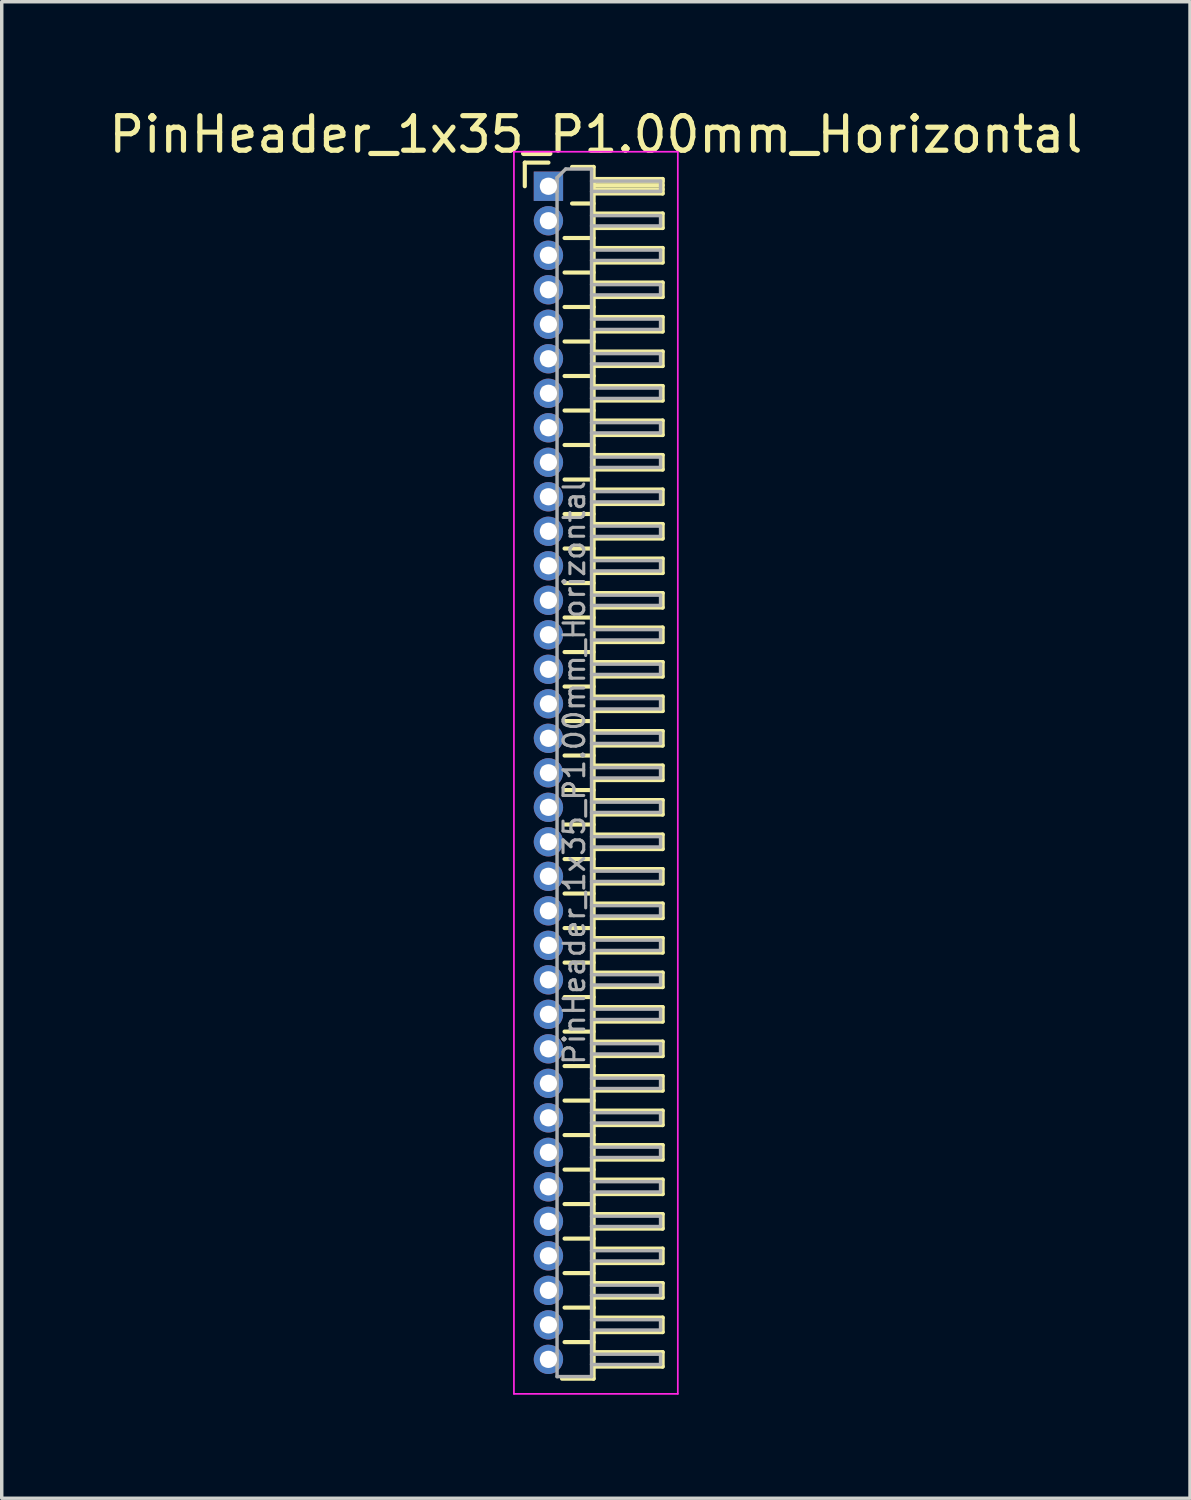
<source format=kicad_pcb>
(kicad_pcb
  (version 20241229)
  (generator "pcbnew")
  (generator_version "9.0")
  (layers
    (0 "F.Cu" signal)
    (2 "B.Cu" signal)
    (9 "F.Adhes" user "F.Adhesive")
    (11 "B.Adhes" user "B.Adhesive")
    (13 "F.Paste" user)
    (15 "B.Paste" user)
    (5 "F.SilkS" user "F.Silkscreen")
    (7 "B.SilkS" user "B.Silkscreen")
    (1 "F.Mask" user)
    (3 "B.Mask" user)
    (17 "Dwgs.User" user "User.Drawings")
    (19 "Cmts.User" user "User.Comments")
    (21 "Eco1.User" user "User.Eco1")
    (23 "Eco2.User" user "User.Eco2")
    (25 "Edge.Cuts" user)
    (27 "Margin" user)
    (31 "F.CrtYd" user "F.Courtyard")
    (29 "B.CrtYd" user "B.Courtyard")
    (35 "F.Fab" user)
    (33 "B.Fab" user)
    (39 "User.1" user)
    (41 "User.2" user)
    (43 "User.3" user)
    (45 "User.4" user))
  (footprint "PinHeader_1x35_P1.00mm_Horizontal"
    (layer "F.Cu")
    (at 12.845 2.348)
    (property "Reference" "PinHeader_1x35_P1.00mm_Horizontal" (at 1.375 -1.5 0) (layer "F.SilkS") (effects (font (size 1 1) (thickness 0.15))))
    (attr through_hole)
    (fp_line (start -0.685 -0.685) (end 0 -0.685) (stroke (width 0.12) (type solid)) (layer "F.SilkS"))
    (fp_line (start -0.685 0) (end -0.685 -0.685) (stroke (width 0.12) (type solid)) (layer "F.SilkS"))
    (fp_line (start 0.468 1.5) (end 1.31 1.5) (stroke (width 0.12) (type solid)) (layer "F.SilkS"))
    (fp_line (start 0.468 2.5) (end 1.31 2.5) (stroke (width 0.12) (type solid)) (layer "F.SilkS"))
    (fp_line (start 0.468 3.5) (end 1.31 3.5) (stroke (width 0.12) (type solid)) (layer "F.SilkS"))
    (fp_line (start 0.468 4.5) (end 1.31 4.5) (stroke (width 0.12) (type solid)) (layer "F.SilkS"))
    (fp_line (start 0.468 5.5) (end 1.31 5.5) (stroke (width 0.12) (type solid)) (layer "F.SilkS"))
    (fp_line (start 0.468 6.5) (end 1.31 6.5) (stroke (width 0.12) (type solid)) (layer "F.SilkS"))
    (fp_line (start 0.468 7.5) (end 1.31 7.5) (stroke (width 0.12) (type solid)) (layer "F.SilkS"))
    (fp_line (start 0.468 8.5) (end 1.31 8.5) (stroke (width 0.12) (type solid)) (layer "F.SilkS"))
    (fp_line (start 0.468 9.5) (end 1.31 9.5) (stroke (width 0.12) (type solid)) (layer "F.SilkS"))
    (fp_line (start 0.468 10.5) (end 1.31 10.5) (stroke (width 0.12) (type solid)) (layer "F.SilkS"))
    (fp_line (start 0.468 11.5) (end 1.31 11.5) (stroke (width 0.12) (type solid)) (layer "F.SilkS"))
    (fp_line (start 0.468 12.5) (end 1.31 12.5) (stroke (width 0.12) (type solid)) (layer "F.SilkS"))
    (fp_line (start 0.468 13.5) (end 1.31 13.5) (stroke (width 0.12) (type solid)) (layer "F.SilkS"))
    (fp_line (start 0.468 14.5) (end 1.31 14.5) (stroke (width 0.12) (type solid)) (layer "F.SilkS"))
    (fp_line (start 0.468 15.5) (end 1.31 15.5) (stroke (width 0.12) (type solid)) (layer "F.SilkS"))
    (fp_line (start 0.468 16.5) (end 1.31 16.5) (stroke (width 0.12) (type solid)) (layer "F.SilkS"))
    (fp_line (start 0.468 17.5) (end 1.31 17.5) (stroke (width 0.12) (type solid)) (layer "F.SilkS"))
    (fp_line (start 0.468 18.5) (end 1.31 18.5) (stroke (width 0.12) (type solid)) (layer "F.SilkS"))
    (fp_line (start 0.468 19.5) (end 1.31 19.5) (stroke (width 0.12) (type solid)) (layer "F.SilkS"))
    (fp_line (start 0.468 20.5) (end 1.31 20.5) (stroke (width 0.12) (type solid)) (layer "F.SilkS"))
    (fp_line (start 0.468 21.5) (end 1.31 21.5) (stroke (width 0.12) (type solid)) (layer "F.SilkS"))
    (fp_line (start 0.468 22.5) (end 1.31 22.5) (stroke (width 0.12) (type solid)) (layer "F.SilkS"))
    (fp_line (start 0.468 23.5) (end 1.31 23.5) (stroke (width 0.12) (type solid)) (layer "F.SilkS"))
    (fp_line (start 0.468 24.5) (end 1.31 24.5) (stroke (width 0.12) (type solid)) (layer "F.SilkS"))
    (fp_line (start 0.468 25.5) (end 1.31 25.5) (stroke (width 0.12) (type solid)) (layer "F.SilkS"))
    (fp_line (start 0.468 26.5) (end 1.31 26.5) (stroke (width 0.12) (type solid)) (layer "F.SilkS"))
    (fp_line (start 0.468 27.5) (end 1.31 27.5) (stroke (width 0.12) (type solid)) (layer "F.SilkS"))
    (fp_line (start 0.468 28.5) (end 1.31 28.5) (stroke (width 0.12) (type solid)) (layer "F.SilkS"))
    (fp_line (start 0.468 29.5) (end 1.31 29.5) (stroke (width 0.12) (type solid)) (layer "F.SilkS"))
    (fp_line (start 0.468 30.5) (end 1.31 30.5) (stroke (width 0.12) (type solid)) (layer "F.SilkS"))
    (fp_line (start 0.468 31.5) (end 1.31 31.5) (stroke (width 0.12) (type solid)) (layer "F.SilkS"))
    (fp_line (start 0.468 32.5) (end 1.31 32.5) (stroke (width 0.12) (type solid)) (layer "F.SilkS"))
    (fp_line (start 0.468 33.5) (end 1.31 33.5) (stroke (width 0.12) (type solid)) (layer "F.SilkS"))
    (fp_line (start 0.685 -0.56) (end 1.31 -0.56) (stroke (width 0.12) (type solid)) (layer "F.SilkS"))
    (fp_line (start 0.685 0.5) (end 1.31 0.5) (stroke (width 0.12) (type solid)) (layer "F.SilkS"))
    (fp_line (start 1.31 -0.56) (end 1.31 34.56) (stroke (width 0.12) (type solid)) (layer "F.SilkS"))
    (fp_line (start 1.31 -0.21) (end 3.31 -0.21) (stroke (width 0.12) (type solid)) (layer "F.SilkS"))
    (fp_line (start 1.31 -0.15) (end 3.31 -0.15) (stroke (width 0.12) (type solid)) (layer "F.SilkS"))
    (fp_line (start 1.31 -0.03) (end 3.31 -0.03) (stroke (width 0.12) (type solid)) (layer "F.SilkS"))
    (fp_line (start 1.31 0.09) (end 3.31 0.09) (stroke (width 0.12) (type solid)) (layer "F.SilkS"))
    (fp_line (start 1.31 0.79) (end 3.31 0.79) (stroke (width 0.12) (type solid)) (layer "F.SilkS"))
    (fp_line (start 1.31 1.79) (end 3.31 1.79) (stroke (width 0.12) (type solid)) (layer "F.SilkS"))
    (fp_line (start 1.31 2.79) (end 3.31 2.79) (stroke (width 0.12) (type solid)) (layer "F.SilkS"))
    (fp_line (start 1.31 3.79) (end 3.31 3.79) (stroke (width 0.12) (type solid)) (layer "F.SilkS"))
    (fp_line (start 1.31 4.79) (end 3.31 4.79) (stroke (width 0.12) (type solid)) (layer "F.SilkS"))
    (fp_line (start 1.31 5.79) (end 3.31 5.79) (stroke (width 0.12) (type solid)) (layer "F.SilkS"))
    (fp_line (start 1.31 6.79) (end 3.31 6.79) (stroke (width 0.12) (type solid)) (layer "F.SilkS"))
    (fp_line (start 1.31 7.79) (end 3.31 7.79) (stroke (width 0.12) (type solid)) (layer "F.SilkS"))
    (fp_line (start 1.31 8.79) (end 3.31 8.79) (stroke (width 0.12) (type solid)) (layer "F.SilkS"))
    (fp_line (start 1.31 9.79) (end 3.31 9.79) (stroke (width 0.12) (type solid)) (layer "F.SilkS"))
    (fp_line (start 1.31 10.79) (end 3.31 10.79) (stroke (width 0.12) (type solid)) (layer "F.SilkS"))
    (fp_line (start 1.31 11.79) (end 3.31 11.79) (stroke (width 0.12) (type solid)) (layer "F.SilkS"))
    (fp_line (start 1.31 12.79) (end 3.31 12.79) (stroke (width 0.12) (type solid)) (layer "F.SilkS"))
    (fp_line (start 1.31 13.79) (end 3.31 13.79) (stroke (width 0.12) (type solid)) (layer "F.SilkS"))
    (fp_line (start 1.31 14.79) (end 3.31 14.79) (stroke (width 0.12) (type solid)) (layer "F.SilkS"))
    (fp_line (start 1.31 15.79) (end 3.31 15.79) (stroke (width 0.12) (type solid)) (layer "F.SilkS"))
    (fp_line (start 1.31 16.79) (end 3.31 16.79) (stroke (width 0.12) (type solid)) (layer "F.SilkS"))
    (fp_line (start 1.31 17.79) (end 3.31 17.79) (stroke (width 0.12) (type solid)) (layer "F.SilkS"))
    (fp_line (start 1.31 18.79) (end 3.31 18.79) (stroke (width 0.12) (type solid)) (layer "F.SilkS"))
    (fp_line (start 1.31 19.79) (end 3.31 19.79) (stroke (width 0.12) (type solid)) (layer "F.SilkS"))
    (fp_line (start 1.31 20.79) (end 3.31 20.79) (stroke (width 0.12) (type solid)) (layer "F.SilkS"))
    (fp_line (start 1.31 21.79) (end 3.31 21.79) (stroke (width 0.12) (type solid)) (layer "F.SilkS"))
    (fp_line (start 1.31 22.79) (end 3.31 22.79) (stroke (width 0.12) (type solid)) (layer "F.SilkS"))
    (fp_line (start 1.31 23.79) (end 3.31 23.79) (stroke (width 0.12) (type solid)) (layer "F.SilkS"))
    (fp_line (start 1.31 24.79) (end 3.31 24.79) (stroke (width 0.12) (type solid)) (layer "F.SilkS"))
    (fp_line (start 1.31 25.79) (end 3.31 25.79) (stroke (width 0.12) (type solid)) (layer "F.SilkS"))
    (fp_line (start 1.31 26.79) (end 3.31 26.79) (stroke (width 0.12) (type solid)) (layer "F.SilkS"))
    (fp_line (start 1.31 27.79) (end 3.31 27.79) (stroke (width 0.12) (type solid)) (layer "F.SilkS"))
    (fp_line (start 1.31 28.79) (end 3.31 28.79) (stroke (width 0.12) (type solid)) (layer "F.SilkS"))
    (fp_line (start 1.31 29.79) (end 3.31 29.79) (stroke (width 0.12) (type solid)) (layer "F.SilkS"))
    (fp_line (start 1.31 30.79) (end 3.31 30.79) (stroke (width 0.12) (type solid)) (layer "F.SilkS"))
    (fp_line (start 1.31 31.79) (end 3.31 31.79) (stroke (width 0.12) (type solid)) (layer "F.SilkS"))
    (fp_line (start 1.31 32.79) (end 3.31 32.79) (stroke (width 0.12) (type solid)) (layer "F.SilkS"))
    (fp_line (start 1.31 33.79) (end 3.31 33.79) (stroke (width 0.12) (type solid)) (layer "F.SilkS"))
    (fp_line (start 1.31 34.56) (end 0.394 34.56) (stroke (width 0.12) (type solid)) (layer "F.SilkS"))
    (fp_line (start 3.31 -0.21) (end 3.31 0.21) (stroke (width 0.12) (type solid)) (layer "F.SilkS"))
    (fp_line (start 3.31 0.21) (end 1.31 0.21) (stroke (width 0.12) (type solid)) (layer "F.SilkS"))
    (fp_line (start 3.31 0.79) (end 3.31 1.21) (stroke (width 0.12) (type solid)) (layer "F.SilkS"))
    (fp_line (start 3.31 1.21) (end 1.31 1.21) (stroke (width 0.12) (type solid)) (layer "F.SilkS"))
    (fp_line (start 3.31 1.79) (end 3.31 2.21) (stroke (width 0.12) (type solid)) (layer "F.SilkS"))
    (fp_line (start 3.31 2.21) (end 1.31 2.21) (stroke (width 0.12) (type solid)) (layer "F.SilkS"))
    (fp_line (start 3.31 2.79) (end 3.31 3.21) (stroke (width 0.12) (type solid)) (layer "F.SilkS"))
    (fp_line (start 3.31 3.21) (end 1.31 3.21) (stroke (width 0.12) (type solid)) (layer "F.SilkS"))
    (fp_line (start 3.31 3.79) (end 3.31 4.21) (stroke (width 0.12) (type solid)) (layer "F.SilkS"))
    (fp_line (start 3.31 4.21) (end 1.31 4.21) (stroke (width 0.12) (type solid)) (layer "F.SilkS"))
    (fp_line (start 3.31 4.79) (end 3.31 5.21) (stroke (width 0.12) (type solid)) (layer "F.SilkS"))
    (fp_line (start 3.31 5.21) (end 1.31 5.21) (stroke (width 0.12) (type solid)) (layer "F.SilkS"))
    (fp_line (start 3.31 5.79) (end 3.31 6.21) (stroke (width 0.12) (type solid)) (layer "F.SilkS"))
    (fp_line (start 3.31 6.21) (end 1.31 6.21) (stroke (width 0.12) (type solid)) (layer "F.SilkS"))
    (fp_line (start 3.31 6.79) (end 3.31 7.21) (stroke (width 0.12) (type solid)) (layer "F.SilkS"))
    (fp_line (start 3.31 7.21) (end 1.31 7.21) (stroke (width 0.12) (type solid)) (layer "F.SilkS"))
    (fp_line (start 3.31 7.79) (end 3.31 8.21) (stroke (width 0.12) (type solid)) (layer "F.SilkS"))
    (fp_line (start 3.31 8.21) (end 1.31 8.21) (stroke (width 0.12) (type solid)) (layer "F.SilkS"))
    (fp_line (start 3.31 8.79) (end 3.31 9.21) (stroke (width 0.12) (type solid)) (layer "F.SilkS"))
    (fp_line (start 3.31 9.21) (end 1.31 9.21) (stroke (width 0.12) (type solid)) (layer "F.SilkS"))
    (fp_line (start 3.31 9.79) (end 3.31 10.21) (stroke (width 0.12) (type solid)) (layer "F.SilkS"))
    (fp_line (start 3.31 10.21) (end 1.31 10.21) (stroke (width 0.12) (type solid)) (layer "F.SilkS"))
    (fp_line (start 3.31 10.79) (end 3.31 11.21) (stroke (width 0.12) (type solid)) (layer "F.SilkS"))
    (fp_line (start 3.31 11.21) (end 1.31 11.21) (stroke (width 0.12) (type solid)) (layer "F.SilkS"))
    (fp_line (start 3.31 11.79) (end 3.31 12.21) (stroke (width 0.12) (type solid)) (layer "F.SilkS"))
    (fp_line (start 3.31 12.21) (end 1.31 12.21) (stroke (width 0.12) (type solid)) (layer "F.SilkS"))
    (fp_line (start 3.31 12.79) (end 3.31 13.21) (stroke (width 0.12) (type solid)) (layer "F.SilkS"))
    (fp_line (start 3.31 13.21) (end 1.31 13.21) (stroke (width 0.12) (type solid)) (layer "F.SilkS"))
    (fp_line (start 3.31 13.79) (end 3.31 14.21) (stroke (width 0.12) (type solid)) (layer "F.SilkS"))
    (fp_line (start 3.31 14.21) (end 1.31 14.21) (stroke (width 0.12) (type solid)) (layer "F.SilkS"))
    (fp_line (start 3.31 14.79) (end 3.31 15.21) (stroke (width 0.12) (type solid)) (layer "F.SilkS"))
    (fp_line (start 3.31 15.21) (end 1.31 15.21) (stroke (width 0.12) (type solid)) (layer "F.SilkS"))
    (fp_line (start 3.31 15.79) (end 3.31 16.21) (stroke (width 0.12) (type solid)) (layer "F.SilkS"))
    (fp_line (start 3.31 16.21) (end 1.31 16.21) (stroke (width 0.12) (type solid)) (layer "F.SilkS"))
    (fp_line (start 3.31 16.79) (end 3.31 17.21) (stroke (width 0.12) (type solid)) (layer "F.SilkS"))
    (fp_line (start 3.31 17.21) (end 1.31 17.21) (stroke (width 0.12) (type solid)) (layer "F.SilkS"))
    (fp_line (start 3.31 17.79) (end 3.31 18.21) (stroke (width 0.12) (type solid)) (layer "F.SilkS"))
    (fp_line (start 3.31 18.21) (end 1.31 18.21) (stroke (width 0.12) (type solid)) (layer "F.SilkS"))
    (fp_line (start 3.31 18.79) (end 3.31 19.21) (stroke (width 0.12) (type solid)) (layer "F.SilkS"))
    (fp_line (start 3.31 19.21) (end 1.31 19.21) (stroke (width 0.12) (type solid)) (layer "F.SilkS"))
    (fp_line (start 3.31 19.79) (end 3.31 20.21) (stroke (width 0.12) (type solid)) (layer "F.SilkS"))
    (fp_line (start 3.31 20.21) (end 1.31 20.21) (stroke (width 0.12) (type solid)) (layer "F.SilkS"))
    (fp_line (start 3.31 20.79) (end 3.31 21.21) (stroke (width 0.12) (type solid)) (layer "F.SilkS"))
    (fp_line (start 3.31 21.21) (end 1.31 21.21) (stroke (width 0.12) (type solid)) (layer "F.SilkS"))
    (fp_line (start 3.31 21.79) (end 3.31 22.21) (stroke (width 0.12) (type solid)) (layer "F.SilkS"))
    (fp_line (start 3.31 22.21) (end 1.31 22.21) (stroke (width 0.12) (type solid)) (layer "F.SilkS"))
    (fp_line (start 3.31 22.79) (end 3.31 23.21) (stroke (width 0.12) (type solid)) (layer "F.SilkS"))
    (fp_line (start 3.31 23.21) (end 1.31 23.21) (stroke (width 0.12) (type solid)) (layer "F.SilkS"))
    (fp_line (start 3.31 23.79) (end 3.31 24.21) (stroke (width 0.12) (type solid)) (layer "F.SilkS"))
    (fp_line (start 3.31 24.21) (end 1.31 24.21) (stroke (width 0.12) (type solid)) (layer "F.SilkS"))
    (fp_line (start 3.31 24.79) (end 3.31 25.21) (stroke (width 0.12) (type solid)) (layer "F.SilkS"))
    (fp_line (start 3.31 25.21) (end 1.31 25.21) (stroke (width 0.12) (type solid)) (layer "F.SilkS"))
    (fp_line (start 3.31 25.79) (end 3.31 26.21) (stroke (width 0.12) (type solid)) (layer "F.SilkS"))
    (fp_line (start 3.31 26.21) (end 1.31 26.21) (stroke (width 0.12) (type solid)) (layer "F.SilkS"))
    (fp_line (start 3.31 26.79) (end 3.31 27.21) (stroke (width 0.12) (type solid)) (layer "F.SilkS"))
    (fp_line (start 3.31 27.21) (end 1.31 27.21) (stroke (width 0.12) (type solid)) (layer "F.SilkS"))
    (fp_line (start 3.31 27.79) (end 3.31 28.21) (stroke (width 0.12) (type solid)) (layer "F.SilkS"))
    (fp_line (start 3.31 28.21) (end 1.31 28.21) (stroke (width 0.12) (type solid)) (layer "F.SilkS"))
    (fp_line (start 3.31 28.79) (end 3.31 29.21) (stroke (width 0.12) (type solid)) (layer "F.SilkS"))
    (fp_line (start 3.31 29.21) (end 1.31 29.21) (stroke (width 0.12) (type solid)) (layer "F.SilkS"))
    (fp_line (start 3.31 29.79) (end 3.31 30.21) (stroke (width 0.12) (type solid)) (layer "F.SilkS"))
    (fp_line (start 3.31 30.21) (end 1.31 30.21) (stroke (width 0.12) (type solid)) (layer "F.SilkS"))
    (fp_line (start 3.31 30.79) (end 3.31 31.21) (stroke (width 0.12) (type solid)) (layer "F.SilkS"))
    (fp_line (start 3.31 31.21) (end 1.31 31.21) (stroke (width 0.12) (type solid)) (layer "F.SilkS"))
    (fp_line (start 3.31 31.79) (end 3.31 32.21) (stroke (width 0.12) (type solid)) (layer "F.SilkS"))
    (fp_line (start 3.31 32.21) (end 1.31 32.21) (stroke (width 0.12) (type solid)) (layer "F.SilkS"))
    (fp_line (start 3.31 32.79) (end 3.31 33.21) (stroke (width 0.12) (type solid)) (layer "F.SilkS"))
    (fp_line (start 3.31 33.21) (end 1.31 33.21) (stroke (width 0.12) (type solid)) (layer "F.SilkS"))
    (fp_line (start 3.31 33.79) (end 3.31 34.21) (stroke (width 0.12) (type solid)) (layer "F.SilkS"))
    (fp_line (start 3.31 34.21) (end 1.31 34.21) (stroke (width 0.12) (type solid)) (layer "F.SilkS"))
    (fp_line (start -1 -1) (end -1 35) (stroke (width 0.05) (type solid)) (layer "F.CrtYd"))
    (fp_line (start -1 35) (end 3.75 35) (stroke (width 0.05) (type solid)) (layer "F.CrtYd"))
    (fp_line (start 3.75 -1) (end -1 -1) (stroke (width 0.05) (type solid)) (layer "F.CrtYd"))
    (fp_line (start 3.75 35) (end 3.75 -1) (stroke (width 0.05) (type solid)) (layer "F.CrtYd"))
    (fp_line (start -0.15 -0.15) (end -0.15 0.15) (stroke (width 0.1) (type solid)) (layer "F.Fab"))
    (fp_line (start -0.15 -0.15) (end 0.25 -0.15) (stroke (width 0.1) (type solid)) (layer "F.Fab"))
    (fp_line (start -0.15 0.15) (end 0.25 0.15) (stroke (width 0.1) (type solid)) (layer "F.Fab"))
    (fp_line (start -0.15 0.85) (end -0.15 1.15) (stroke (width 0.1) (type solid)) (layer "F.Fab"))
    (fp_line (start -0.15 0.85) (end 0.25 0.85) (stroke (width 0.1) (type solid)) (layer "F.Fab"))
    (fp_line (start -0.15 1.15) (end 0.25 1.15) (stroke (width 0.1) (type solid)) (layer "F.Fab"))
    (fp_line (start -0.15 1.85) (end -0.15 2.15) (stroke (width 0.1) (type solid)) (layer "F.Fab"))
    (fp_line (start -0.15 1.85) (end 0.25 1.85) (stroke (width 0.1) (type solid)) (layer "F.Fab"))
    (fp_line (start -0.15 2.15) (end 0.25 2.15) (stroke (width 0.1) (type solid)) (layer "F.Fab"))
    (fp_line (start -0.15 2.85) (end -0.15 3.15) (stroke (width 0.1) (type solid)) (layer "F.Fab"))
    (fp_line (start -0.15 2.85) (end 0.25 2.85) (stroke (width 0.1) (type solid)) (layer "F.Fab"))
    (fp_line (start -0.15 3.15) (end 0.25 3.15) (stroke (width 0.1) (type solid)) (layer "F.Fab"))
    (fp_line (start -0.15 3.85) (end -0.15 4.15) (stroke (width 0.1) (type solid)) (layer "F.Fab"))
    (fp_line (start -0.15 3.85) (end 0.25 3.85) (stroke (width 0.1) (type solid)) (layer "F.Fab"))
    (fp_line (start -0.15 4.15) (end 0.25 4.15) (stroke (width 0.1) (type solid)) (layer "F.Fab"))
    (fp_line (start -0.15 4.85) (end -0.15 5.15) (stroke (width 0.1) (type solid)) (layer "F.Fab"))
    (fp_line (start -0.15 4.85) (end 0.25 4.85) (stroke (width 0.1) (type solid)) (layer "F.Fab"))
    (fp_line (start -0.15 5.15) (end 0.25 5.15) (stroke (width 0.1) (type solid)) (layer "F.Fab"))
    (fp_line (start -0.15 5.85) (end -0.15 6.15) (stroke (width 0.1) (type solid)) (layer "F.Fab"))
    (fp_line (start -0.15 5.85) (end 0.25 5.85) (stroke (width 0.1) (type solid)) (layer "F.Fab"))
    (fp_line (start -0.15 6.15) (end 0.25 6.15) (stroke (width 0.1) (type solid)) (layer "F.Fab"))
    (fp_line (start -0.15 6.85) (end -0.15 7.15) (stroke (width 0.1) (type solid)) (layer "F.Fab"))
    (fp_line (start -0.15 6.85) (end 0.25 6.85) (stroke (width 0.1) (type solid)) (layer "F.Fab"))
    (fp_line (start -0.15 7.15) (end 0.25 7.15) (stroke (width 0.1) (type solid)) (layer "F.Fab"))
    (fp_line (start -0.15 7.85) (end -0.15 8.15) (stroke (width 0.1) (type solid)) (layer "F.Fab"))
    (fp_line (start -0.15 7.85) (end 0.25 7.85) (stroke (width 0.1) (type solid)) (layer "F.Fab"))
    (fp_line (start -0.15 8.15) (end 0.25 8.15) (stroke (width 0.1) (type solid)) (layer "F.Fab"))
    (fp_line (start -0.15 8.85) (end -0.15 9.15) (stroke (width 0.1) (type solid)) (layer "F.Fab"))
    (fp_line (start -0.15 8.85) (end 0.25 8.85) (stroke (width 0.1) (type solid)) (layer "F.Fab"))
    (fp_line (start -0.15 9.15) (end 0.25 9.15) (stroke (width 0.1) (type solid)) (layer "F.Fab"))
    (fp_line (start -0.15 9.85) (end -0.15 10.15) (stroke (width 0.1) (type solid)) (layer "F.Fab"))
    (fp_line (start -0.15 9.85) (end 0.25 9.85) (stroke (width 0.1) (type solid)) (layer "F.Fab"))
    (fp_line (start -0.15 10.15) (end 0.25 10.15) (stroke (width 0.1) (type solid)) (layer "F.Fab"))
    (fp_line (start -0.15 10.85) (end -0.15 11.15) (stroke (width 0.1) (type solid)) (layer "F.Fab"))
    (fp_line (start -0.15 10.85) (end 0.25 10.85) (stroke (width 0.1) (type solid)) (layer "F.Fab"))
    (fp_line (start -0.15 11.15) (end 0.25 11.15) (stroke (width 0.1) (type solid)) (layer "F.Fab"))
    (fp_line (start -0.15 11.85) (end -0.15 12.15) (stroke (width 0.1) (type solid)) (layer "F.Fab"))
    (fp_line (start -0.15 11.85) (end 0.25 11.85) (stroke (width 0.1) (type solid)) (layer "F.Fab"))
    (fp_line (start -0.15 12.15) (end 0.25 12.15) (stroke (width 0.1) (type solid)) (layer "F.Fab"))
    (fp_line (start -0.15 12.85) (end -0.15 13.15) (stroke (width 0.1) (type solid)) (layer "F.Fab"))
    (fp_line (start -0.15 12.85) (end 0.25 12.85) (stroke (width 0.1) (type solid)) (layer "F.Fab"))
    (fp_line (start -0.15 13.15) (end 0.25 13.15) (stroke (width 0.1) (type solid)) (layer "F.Fab"))
    (fp_line (start -0.15 13.85) (end -0.15 14.15) (stroke (width 0.1) (type solid)) (layer "F.Fab"))
    (fp_line (start -0.15 13.85) (end 0.25 13.85) (stroke (width 0.1) (type solid)) (layer "F.Fab"))
    (fp_line (start -0.15 14.15) (end 0.25 14.15) (stroke (width 0.1) (type solid)) (layer "F.Fab"))
    (fp_line (start -0.15 14.85) (end -0.15 15.15) (stroke (width 0.1) (type solid)) (layer "F.Fab"))
    (fp_line (start -0.15 14.85) (end 0.25 14.85) (stroke (width 0.1) (type solid)) (layer "F.Fab"))
    (fp_line (start -0.15 15.15) (end 0.25 15.15) (stroke (width 0.1) (type solid)) (layer "F.Fab"))
    (fp_line (start -0.15 15.85) (end -0.15 16.15) (stroke (width 0.1) (type solid)) (layer "F.Fab"))
    (fp_line (start -0.15 15.85) (end 0.25 15.85) (stroke (width 0.1) (type solid)) (layer "F.Fab"))
    (fp_line (start -0.15 16.15) (end 0.25 16.15) (stroke (width 0.1) (type solid)) (layer "F.Fab"))
    (fp_line (start -0.15 16.85) (end -0.15 17.15) (stroke (width 0.1) (type solid)) (layer "F.Fab"))
    (fp_line (start -0.15 16.85) (end 0.25 16.85) (stroke (width 0.1) (type solid)) (layer "F.Fab"))
    (fp_line (start -0.15 17.15) (end 0.25 17.15) (stroke (width 0.1) (type solid)) (layer "F.Fab"))
    (fp_line (start -0.15 17.85) (end -0.15 18.15) (stroke (width 0.1) (type solid)) (layer "F.Fab"))
    (fp_line (start -0.15 17.85) (end 0.25 17.85) (stroke (width 0.1) (type solid)) (layer "F.Fab"))
    (fp_line (start -0.15 18.15) (end 0.25 18.15) (stroke (width 0.1) (type solid)) (layer "F.Fab"))
    (fp_line (start -0.15 18.85) (end -0.15 19.15) (stroke (width 0.1) (type solid)) (layer "F.Fab"))
    (fp_line (start -0.15 18.85) (end 0.25 18.85) (stroke (width 0.1) (type solid)) (layer "F.Fab"))
    (fp_line (start -0.15 19.15) (end 0.25 19.15) (stroke (width 0.1) (type solid)) (layer "F.Fab"))
    (fp_line (start -0.15 19.85) (end -0.15 20.15) (stroke (width 0.1) (type solid)) (layer "F.Fab"))
    (fp_line (start -0.15 19.85) (end 0.25 19.85) (stroke (width 0.1) (type solid)) (layer "F.Fab"))
    (fp_line (start -0.15 20.15) (end 0.25 20.15) (stroke (width 0.1) (type solid)) (layer "F.Fab"))
    (fp_line (start -0.15 20.85) (end -0.15 21.15) (stroke (width 0.1) (type solid)) (layer "F.Fab"))
    (fp_line (start -0.15 20.85) (end 0.25 20.85) (stroke (width 0.1) (type solid)) (layer "F.Fab"))
    (fp_line (start -0.15 21.15) (end 0.25 21.15) (stroke (width 0.1) (type solid)) (layer "F.Fab"))
    (fp_line (start -0.15 21.85) (end -0.15 22.15) (stroke (width 0.1) (type solid)) (layer "F.Fab"))
    (fp_line (start -0.15 21.85) (end 0.25 21.85) (stroke (width 0.1) (type solid)) (layer "F.Fab"))
    (fp_line (start -0.15 22.15) (end 0.25 22.15) (stroke (width 0.1) (type solid)) (layer "F.Fab"))
    (fp_line (start -0.15 22.85) (end -0.15 23.15) (stroke (width 0.1) (type solid)) (layer "F.Fab"))
    (fp_line (start -0.15 22.85) (end 0.25 22.85) (stroke (width 0.1) (type solid)) (layer "F.Fab"))
    (fp_line (start -0.15 23.15) (end 0.25 23.15) (stroke (width 0.1) (type solid)) (layer "F.Fab"))
    (fp_line (start -0.15 23.85) (end -0.15 24.15) (stroke (width 0.1) (type solid)) (layer "F.Fab"))
    (fp_line (start -0.15 23.85) (end 0.25 23.85) (stroke (width 0.1) (type solid)) (layer "F.Fab"))
    (fp_line (start -0.15 24.15) (end 0.25 24.15) (stroke (width 0.1) (type solid)) (layer "F.Fab"))
    (fp_line (start -0.15 24.85) (end -0.15 25.15) (stroke (width 0.1) (type solid)) (layer "F.Fab"))
    (fp_line (start -0.15 24.85) (end 0.25 24.85) (stroke (width 0.1) (type solid)) (layer "F.Fab"))
    (fp_line (start -0.15 25.15) (end 0.25 25.15) (stroke (width 0.1) (type solid)) (layer "F.Fab"))
    (fp_line (start -0.15 25.85) (end -0.15 26.15) (stroke (width 0.1) (type solid)) (layer "F.Fab"))
    (fp_line (start -0.15 25.85) (end 0.25 25.85) (stroke (width 0.1) (type solid)) (layer "F.Fab"))
    (fp_line (start -0.15 26.15) (end 0.25 26.15) (stroke (width 0.1) (type solid)) (layer "F.Fab"))
    (fp_line (start -0.15 26.85) (end -0.15 27.15) (stroke (width 0.1) (type solid)) (layer "F.Fab"))
    (fp_line (start -0.15 26.85) (end 0.25 26.85) (stroke (width 0.1) (type solid)) (layer "F.Fab"))
    (fp_line (start -0.15 27.15) (end 0.25 27.15) (stroke (width 0.1) (type solid)) (layer "F.Fab"))
    (fp_line (start -0.15 27.85) (end -0.15 28.15) (stroke (width 0.1) (type solid)) (layer "F.Fab"))
    (fp_line (start -0.15 27.85) (end 0.25 27.85) (stroke (width 0.1) (type solid)) (layer "F.Fab"))
    (fp_line (start -0.15 28.15) (end 0.25 28.15) (stroke (width 0.1) (type solid)) (layer "F.Fab"))
    (fp_line (start -0.15 28.85) (end -0.15 29.15) (stroke (width 0.1) (type solid)) (layer "F.Fab"))
    (fp_line (start -0.15 28.85) (end 0.25 28.85) (stroke (width 0.1) (type solid)) (layer "F.Fab"))
    (fp_line (start -0.15 29.15) (end 0.25 29.15) (stroke (width 0.1) (type solid)) (layer "F.Fab"))
    (fp_line (start -0.15 29.85) (end -0.15 30.15) (stroke (width 0.1) (type solid)) (layer "F.Fab"))
    (fp_line (start -0.15 29.85) (end 0.25 29.85) (stroke (width 0.1) (type solid)) (layer "F.Fab"))
    (fp_line (start -0.15 30.15) (end 0.25 30.15) (stroke (width 0.1) (type solid)) (layer "F.Fab"))
    (fp_line (start -0.15 30.85) (end -0.15 31.15) (stroke (width 0.1) (type solid)) (layer "F.Fab"))
    (fp_line (start -0.15 30.85) (end 0.25 30.85) (stroke (width 0.1) (type solid)) (layer "F.Fab"))
    (fp_line (start -0.15 31.15) (end 0.25 31.15) (stroke (width 0.1) (type solid)) (layer "F.Fab"))
    (fp_line (start -0.15 31.85) (end -0.15 32.15) (stroke (width 0.1) (type solid)) (layer "F.Fab"))
    (fp_line (start -0.15 31.85) (end 0.25 31.85) (stroke (width 0.1) (type solid)) (layer "F.Fab"))
    (fp_line (start -0.15 32.15) (end 0.25 32.15) (stroke (width 0.1) (type solid)) (layer "F.Fab"))
    (fp_line (start -0.15 32.85) (end -0.15 33.15) (stroke (width 0.1) (type solid)) (layer "F.Fab"))
    (fp_line (start -0.15 32.85) (end 0.25 32.85) (stroke (width 0.1) (type solid)) (layer "F.Fab"))
    (fp_line (start -0.15 33.15) (end 0.25 33.15) (stroke (width 0.1) (type solid)) (layer "F.Fab"))
    (fp_line (start -0.15 33.85) (end -0.15 34.15) (stroke (width 0.1) (type solid)) (layer "F.Fab"))
    (fp_line (start -0.15 33.85) (end 0.25 33.85) (stroke (width 0.1) (type solid)) (layer "F.Fab"))
    (fp_line (start -0.15 34.15) (end 0.25 34.15) (stroke (width 0.1) (type solid)) (layer "F.Fab"))
    (fp_line (start 0.25 -0.25) (end 0.5 -0.5) (stroke (width 0.1) (type solid)) (layer "F.Fab"))
    (fp_line (start 0.25 34.5) (end 0.25 -0.25) (stroke (width 0.1) (type solid)) (layer "F.Fab"))
    (fp_line (start 0.5 -0.5) (end 1.25 -0.5) (stroke (width 0.1) (type solid)) (layer "F.Fab"))
    (fp_line (start 1.25 -0.5) (end 1.25 34.5) (stroke (width 0.1) (type solid)) (layer "F.Fab"))
    (fp_line (start 1.25 -0.15) (end 3.25 -0.15) (stroke (width 0.1) (type solid)) (layer "F.Fab"))
    (fp_line (start 1.25 0.15) (end 3.25 0.15) (stroke (width 0.1) (type solid)) (layer "F.Fab"))
    (fp_line (start 1.25 0.85) (end 3.25 0.85) (stroke (width 0.1) (type solid)) (layer "F.Fab"))
    (fp_line (start 1.25 1.15) (end 3.25 1.15) (stroke (width 0.1) (type solid)) (layer "F.Fab"))
    (fp_line (start 1.25 1.85) (end 3.25 1.85) (stroke (width 0.1) (type solid)) (layer "F.Fab"))
    (fp_line (start 1.25 2.15) (end 3.25 2.15) (stroke (width 0.1) (type solid)) (layer "F.Fab"))
    (fp_line (start 1.25 2.85) (end 3.25 2.85) (stroke (width 0.1) (type solid)) (layer "F.Fab"))
    (fp_line (start 1.25 3.15) (end 3.25 3.15) (stroke (width 0.1) (type solid)) (layer "F.Fab"))
    (fp_line (start 1.25 3.85) (end 3.25 3.85) (stroke (width 0.1) (type solid)) (layer "F.Fab"))
    (fp_line (start 1.25 4.15) (end 3.25 4.15) (stroke (width 0.1) (type solid)) (layer "F.Fab"))
    (fp_line (start 1.25 4.85) (end 3.25 4.85) (stroke (width 0.1) (type solid)) (layer "F.Fab"))
    (fp_line (start 1.25 5.15) (end 3.25 5.15) (stroke (width 0.1) (type solid)) (layer "F.Fab"))
    (fp_line (start 1.25 5.85) (end 3.25 5.85) (stroke (width 0.1) (type solid)) (layer "F.Fab"))
    (fp_line (start 1.25 6.15) (end 3.25 6.15) (stroke (width 0.1) (type solid)) (layer "F.Fab"))
    (fp_line (start 1.25 6.85) (end 3.25 6.85) (stroke (width 0.1) (type solid)) (layer "F.Fab"))
    (fp_line (start 1.25 7.15) (end 3.25 7.15) (stroke (width 0.1) (type solid)) (layer "F.Fab"))
    (fp_line (start 1.25 7.85) (end 3.25 7.85) (stroke (width 0.1) (type solid)) (layer "F.Fab"))
    (fp_line (start 1.25 8.15) (end 3.25 8.15) (stroke (width 0.1) (type solid)) (layer "F.Fab"))
    (fp_line (start 1.25 8.85) (end 3.25 8.85) (stroke (width 0.1) (type solid)) (layer "F.Fab"))
    (fp_line (start 1.25 9.15) (end 3.25 9.15) (stroke (width 0.1) (type solid)) (layer "F.Fab"))
    (fp_line (start 1.25 9.85) (end 3.25 9.85) (stroke (width 0.1) (type solid)) (layer "F.Fab"))
    (fp_line (start 1.25 10.15) (end 3.25 10.15) (stroke (width 0.1) (type solid)) (layer "F.Fab"))
    (fp_line (start 1.25 10.85) (end 3.25 10.85) (stroke (width 0.1) (type solid)) (layer "F.Fab"))
    (fp_line (start 1.25 11.15) (end 3.25 11.15) (stroke (width 0.1) (type solid)) (layer "F.Fab"))
    (fp_line (start 1.25 11.85) (end 3.25 11.85) (stroke (width 0.1) (type solid)) (layer "F.Fab"))
    (fp_line (start 1.25 12.15) (end 3.25 12.15) (stroke (width 0.1) (type solid)) (layer "F.Fab"))
    (fp_line (start 1.25 12.85) (end 3.25 12.85) (stroke (width 0.1) (type solid)) (layer "F.Fab"))
    (fp_line (start 1.25 13.15) (end 3.25 13.15) (stroke (width 0.1) (type solid)) (layer "F.Fab"))
    (fp_line (start 1.25 13.85) (end 3.25 13.85) (stroke (width 0.1) (type solid)) (layer "F.Fab"))
    (fp_line (start 1.25 14.15) (end 3.25 14.15) (stroke (width 0.1) (type solid)) (layer "F.Fab"))
    (fp_line (start 1.25 14.85) (end 3.25 14.85) (stroke (width 0.1) (type solid)) (layer "F.Fab"))
    (fp_line (start 1.25 15.15) (end 3.25 15.15) (stroke (width 0.1) (type solid)) (layer "F.Fab"))
    (fp_line (start 1.25 15.85) (end 3.25 15.85) (stroke (width 0.1) (type solid)) (layer "F.Fab"))
    (fp_line (start 1.25 16.15) (end 3.25 16.15) (stroke (width 0.1) (type solid)) (layer "F.Fab"))
    (fp_line (start 1.25 16.85) (end 3.25 16.85) (stroke (width 0.1) (type solid)) (layer "F.Fab"))
    (fp_line (start 1.25 17.15) (end 3.25 17.15) (stroke (width 0.1) (type solid)) (layer "F.Fab"))
    (fp_line (start 1.25 17.85) (end 3.25 17.85) (stroke (width 0.1) (type solid)) (layer "F.Fab"))
    (fp_line (start 1.25 18.15) (end 3.25 18.15) (stroke (width 0.1) (type solid)) (layer "F.Fab"))
    (fp_line (start 1.25 18.85) (end 3.25 18.85) (stroke (width 0.1) (type solid)) (layer "F.Fab"))
    (fp_line (start 1.25 19.15) (end 3.25 19.15) (stroke (width 0.1) (type solid)) (layer "F.Fab"))
    (fp_line (start 1.25 19.85) (end 3.25 19.85) (stroke (width 0.1) (type solid)) (layer "F.Fab"))
    (fp_line (start 1.25 20.15) (end 3.25 20.15) (stroke (width 0.1) (type solid)) (layer "F.Fab"))
    (fp_line (start 1.25 20.85) (end 3.25 20.85) (stroke (width 0.1) (type solid)) (layer "F.Fab"))
    (fp_line (start 1.25 21.15) (end 3.25 21.15) (stroke (width 0.1) (type solid)) (layer "F.Fab"))
    (fp_line (start 1.25 21.85) (end 3.25 21.85) (stroke (width 0.1) (type solid)) (layer "F.Fab"))
    (fp_line (start 1.25 22.15) (end 3.25 22.15) (stroke (width 0.1) (type solid)) (layer "F.Fab"))
    (fp_line (start 1.25 22.85) (end 3.25 22.85) (stroke (width 0.1) (type solid)) (layer "F.Fab"))
    (fp_line (start 1.25 23.15) (end 3.25 23.15) (stroke (width 0.1) (type solid)) (layer "F.Fab"))
    (fp_line (start 1.25 23.85) (end 3.25 23.85) (stroke (width 0.1) (type solid)) (layer "F.Fab"))
    (fp_line (start 1.25 24.15) (end 3.25 24.15) (stroke (width 0.1) (type solid)) (layer "F.Fab"))
    (fp_line (start 1.25 24.85) (end 3.25 24.85) (stroke (width 0.1) (type solid)) (layer "F.Fab"))
    (fp_line (start 1.25 25.15) (end 3.25 25.15) (stroke (width 0.1) (type solid)) (layer "F.Fab"))
    (fp_line (start 1.25 25.85) (end 3.25 25.85) (stroke (width 0.1) (type solid)) (layer "F.Fab"))
    (fp_line (start 1.25 26.15) (end 3.25 26.15) (stroke (width 0.1) (type solid)) (layer "F.Fab"))
    (fp_line (start 1.25 26.85) (end 3.25 26.85) (stroke (width 0.1) (type solid)) (layer "F.Fab"))
    (fp_line (start 1.25 27.15) (end 3.25 27.15) (stroke (width 0.1) (type solid)) (layer "F.Fab"))
    (fp_line (start 1.25 27.85) (end 3.25 27.85) (stroke (width 0.1) (type solid)) (layer "F.Fab"))
    (fp_line (start 1.25 28.15) (end 3.25 28.15) (stroke (width 0.1) (type solid)) (layer "F.Fab"))
    (fp_line (start 1.25 28.85) (end 3.25 28.85) (stroke (width 0.1) (type solid)) (layer "F.Fab"))
    (fp_line (start 1.25 29.15) (end 3.25 29.15) (stroke (width 0.1) (type solid)) (layer "F.Fab"))
    (fp_line (start 1.25 29.85) (end 3.25 29.85) (stroke (width 0.1) (type solid)) (layer "F.Fab"))
    (fp_line (start 1.25 30.15) (end 3.25 30.15) (stroke (width 0.1) (type solid)) (layer "F.Fab"))
    (fp_line (start 1.25 30.85) (end 3.25 30.85) (stroke (width 0.1) (type solid)) (layer "F.Fab"))
    (fp_line (start 1.25 31.15) (end 3.25 31.15) (stroke (width 0.1) (type solid)) (layer "F.Fab"))
    (fp_line (start 1.25 31.85) (end 3.25 31.85) (stroke (width 0.1) (type solid)) (layer "F.Fab"))
    (fp_line (start 1.25 32.15) (end 3.25 32.15) (stroke (width 0.1) (type solid)) (layer "F.Fab"))
    (fp_line (start 1.25 32.85) (end 3.25 32.85) (stroke (width 0.1) (type solid)) (layer "F.Fab"))
    (fp_line (start 1.25 33.15) (end 3.25 33.15) (stroke (width 0.1) (type solid)) (layer "F.Fab"))
    (fp_line (start 1.25 33.85) (end 3.25 33.85) (stroke (width 0.1) (type solid)) (layer "F.Fab"))
    (fp_line (start 1.25 34.15) (end 3.25 34.15) (stroke (width 0.1) (type solid)) (layer "F.Fab"))
    (fp_line (start 1.25 34.5) (end 0.25 34.5) (stroke (width 0.1) (type solid)) (layer "F.Fab"))
    (fp_line (start 3.25 -0.15) (end 3.25 0.15) (stroke (width 0.1) (type solid)) (layer "F.Fab"))
    (fp_line (start 3.25 0.85) (end 3.25 1.15) (stroke (width 0.1) (type solid)) (layer "F.Fab"))
    (fp_line (start 3.25 1.85) (end 3.25 2.15) (stroke (width 0.1) (type solid)) (layer "F.Fab"))
    (fp_line (start 3.25 2.85) (end 3.25 3.15) (stroke (width 0.1) (type solid)) (layer "F.Fab"))
    (fp_line (start 3.25 3.85) (end 3.25 4.15) (stroke (width 0.1) (type solid)) (layer "F.Fab"))
    (fp_line (start 3.25 4.85) (end 3.25 5.15) (stroke (width 0.1) (type solid)) (layer "F.Fab"))
    (fp_line (start 3.25 5.85) (end 3.25 6.15) (stroke (width 0.1) (type solid)) (layer "F.Fab"))
    (fp_line (start 3.25 6.85) (end 3.25 7.15) (stroke (width 0.1) (type solid)) (layer "F.Fab"))
    (fp_line (start 3.25 7.85) (end 3.25 8.15) (stroke (width 0.1) (type solid)) (layer "F.Fab"))
    (fp_line (start 3.25 8.85) (end 3.25 9.15) (stroke (width 0.1) (type solid)) (layer "F.Fab"))
    (fp_line (start 3.25 9.85) (end 3.25 10.15) (stroke (width 0.1) (type solid)) (layer "F.Fab"))
    (fp_line (start 3.25 10.85) (end 3.25 11.15) (stroke (width 0.1) (type solid)) (layer "F.Fab"))
    (fp_line (start 3.25 11.85) (end 3.25 12.15) (stroke (width 0.1) (type solid)) (layer "F.Fab"))
    (fp_line (start 3.25 12.85) (end 3.25 13.15) (stroke (width 0.1) (type solid)) (layer "F.Fab"))
    (fp_line (start 3.25 13.85) (end 3.25 14.15) (stroke (width 0.1) (type solid)) (layer "F.Fab"))
    (fp_line (start 3.25 14.85) (end 3.25 15.15) (stroke (width 0.1) (type solid)) (layer "F.Fab"))
    (fp_line (start 3.25 15.85) (end 3.25 16.15) (stroke (width 0.1) (type solid)) (layer "F.Fab"))
    (fp_line (start 3.25 16.85) (end 3.25 17.15) (stroke (width 0.1) (type solid)) (layer "F.Fab"))
    (fp_line (start 3.25 17.85) (end 3.25 18.15) (stroke (width 0.1) (type solid)) (layer "F.Fab"))
    (fp_line (start 3.25 18.85) (end 3.25 19.15) (stroke (width 0.1) (type solid)) (layer "F.Fab"))
    (fp_line (start 3.25 19.85) (end 3.25 20.15) (stroke (width 0.1) (type solid)) (layer "F.Fab"))
    (fp_line (start 3.25 20.85) (end 3.25 21.15) (stroke (width 0.1) (type solid)) (layer "F.Fab"))
    (fp_line (start 3.25 21.85) (end 3.25 22.15) (stroke (width 0.1) (type solid)) (layer "F.Fab"))
    (fp_line (start 3.25 22.85) (end 3.25 23.15) (stroke (width 0.1) (type solid)) (layer "F.Fab"))
    (fp_line (start 3.25 23.85) (end 3.25 24.15) (stroke (width 0.1) (type solid)) (layer "F.Fab"))
    (fp_line (start 3.25 24.85) (end 3.25 25.15) (stroke (width 0.1) (type solid)) (layer "F.Fab"))
    (fp_line (start 3.25 25.85) (end 3.25 26.15) (stroke (width 0.1) (type solid)) (layer "F.Fab"))
    (fp_line (start 3.25 26.85) (end 3.25 27.15) (stroke (width 0.1) (type solid)) (layer "F.Fab"))
    (fp_line (start 3.25 27.85) (end 3.25 28.15) (stroke (width 0.1) (type solid)) (layer "F.Fab"))
    (fp_line (start 3.25 28.85) (end 3.25 29.15) (stroke (width 0.1) (type solid)) (layer "F.Fab"))
    (fp_line (start 3.25 29.85) (end 3.25 30.15) (stroke (width 0.1) (type solid)) (layer "F.Fab"))
    (fp_line (start 3.25 30.85) (end 3.25 31.15) (stroke (width 0.1) (type solid)) (layer "F.Fab"))
    (fp_line (start 3.25 31.85) (end 3.25 32.15) (stroke (width 0.1) (type solid)) (layer "F.Fab"))
    (fp_line (start 3.25 32.85) (end 3.25 33.15) (stroke (width 0.1) (type solid)) (layer "F.Fab"))
    (fp_line (start 3.25 33.85) (end 3.25 34.15) (stroke (width 0.1) (type solid)) (layer "F.Fab"))
    (fp_text user "${REFERENCE}" (at 0.75 17 90) (layer "F.Fab") (effects (font (size 0.6 0.6) (thickness 0.09))))
    (pad "1" thru_hole rect (at 0 0) (size 0.85 0.85) (drill 0.5) (layers "*.Cu" "*.Mask"))
    (pad "2" thru_hole oval (at 0 1) (size 0.85 0.85) (drill 0.5) (layers "*.Cu" "*.Mask"))
    (pad "3" thru_hole oval (at 0 2) (size 0.85 0.85) (drill 0.5) (layers "*.Cu" "*.Mask"))
    (pad "4" thru_hole oval (at 0 3) (size 0.85 0.85) (drill 0.5) (layers "*.Cu" "*.Mask"))
    (pad "5" thru_hole oval (at 0 4) (size 0.85 0.85) (drill 0.5) (layers "*.Cu" "*.Mask"))
    (pad "6" thru_hole oval (at 0 5) (size 0.85 0.85) (drill 0.5) (layers "*.Cu" "*.Mask"))
    (pad "7" thru_hole oval (at 0 6) (size 0.85 0.85) (drill 0.5) (layers "*.Cu" "*.Mask"))
    (pad "8" thru_hole oval (at 0 7) (size 0.85 0.85) (drill 0.5) (layers "*.Cu" "*.Mask"))
    (pad "9" thru_hole oval (at 0 8) (size 0.85 0.85) (drill 0.5) (layers "*.Cu" "*.Mask"))
    (pad "10" thru_hole oval (at 0 9) (size 0.85 0.85) (drill 0.5) (layers "*.Cu" "*.Mask"))
    (pad "11" thru_hole oval (at 0 10) (size 0.85 0.85) (drill 0.5) (layers "*.Cu" "*.Mask"))
    (pad "12" thru_hole oval (at 0 11) (size 0.85 0.85) (drill 0.5) (layers "*.Cu" "*.Mask"))
    (pad "13" thru_hole oval (at 0 12) (size 0.85 0.85) (drill 0.5) (layers "*.Cu" "*.Mask"))
    (pad "14" thru_hole oval (at 0 13) (size 0.85 0.85) (drill 0.5) (layers "*.Cu" "*.Mask"))
    (pad "15" thru_hole oval (at 0 14) (size 0.85 0.85) (drill 0.5) (layers "*.Cu" "*.Mask"))
    (pad "16" thru_hole oval (at 0 15) (size 0.85 0.85) (drill 0.5) (layers "*.Cu" "*.Mask"))
    (pad "17" thru_hole oval (at 0 16) (size 0.85 0.85) (drill 0.5) (layers "*.Cu" "*.Mask"))
    (pad "18" thru_hole oval (at 0 17) (size 0.85 0.85) (drill 0.5) (layers "*.Cu" "*.Mask"))
    (pad "19" thru_hole oval (at 0 18) (size 0.85 0.85) (drill 0.5) (layers "*.Cu" "*.Mask"))
    (pad "20" thru_hole oval (at 0 19) (size 0.85 0.85) (drill 0.5) (layers "*.Cu" "*.Mask"))
    (pad "21" thru_hole oval (at 0 20) (size 0.85 0.85) (drill 0.5) (layers "*.Cu" "*.Mask"))
    (pad "22" thru_hole oval (at 0 21) (size 0.85 0.85) (drill 0.5) (layers "*.Cu" "*.Mask"))
    (pad "23" thru_hole oval (at 0 22) (size 0.85 0.85) (drill 0.5) (layers "*.Cu" "*.Mask"))
    (pad "24" thru_hole oval (at 0 23) (size 0.85 0.85) (drill 0.5) (layers "*.Cu" "*.Mask"))
    (pad "25" thru_hole oval (at 0 24) (size 0.85 0.85) (drill 0.5) (layers "*.Cu" "*.Mask"))
    (pad "26" thru_hole oval (at 0 25) (size 0.85 0.85) (drill 0.5) (layers "*.Cu" "*.Mask"))
    (pad "27" thru_hole oval (at 0 26) (size 0.85 0.85) (drill 0.5) (layers "*.Cu" "*.Mask"))
    (pad "28" thru_hole oval (at 0 27) (size 0.85 0.85) (drill 0.5) (layers "*.Cu" "*.Mask"))
    (pad "29" thru_hole oval (at 0 28) (size 0.85 0.85) (drill 0.5) (layers "*.Cu" "*.Mask"))
    (pad "30" thru_hole oval (at 0 29) (size 0.85 0.85) (drill 0.5) (layers "*.Cu" "*.Mask"))
    (pad "31" thru_hole oval (at 0 30) (size 0.85 0.85) (drill 0.5) (layers "*.Cu" "*.Mask"))
    (pad "32" thru_hole oval (at 0 31) (size 0.85 0.85) (drill 0.5) (layers "*.Cu" "*.Mask"))
    (pad "33" thru_hole oval (at 0 32) (size 0.85 0.85) (drill 0.5) (layers "*.Cu" "*.Mask"))
    (pad "34" thru_hole oval (at 0 33) (size 0.85 0.85) (drill 0.5) (layers "*.Cu" "*.Mask"))
    (pad "35" thru_hole oval (at 0 34) (size 0.85 0.85) (drill 0.5) (layers "*.Cu" "*.Mask")))
  (gr_rect
    (start -3 -3)
    (end 31.44 40.373)
    (stroke (width 0.1) (type default))
    (fill no)
    (layer "Edge.Cuts")))
</source>
